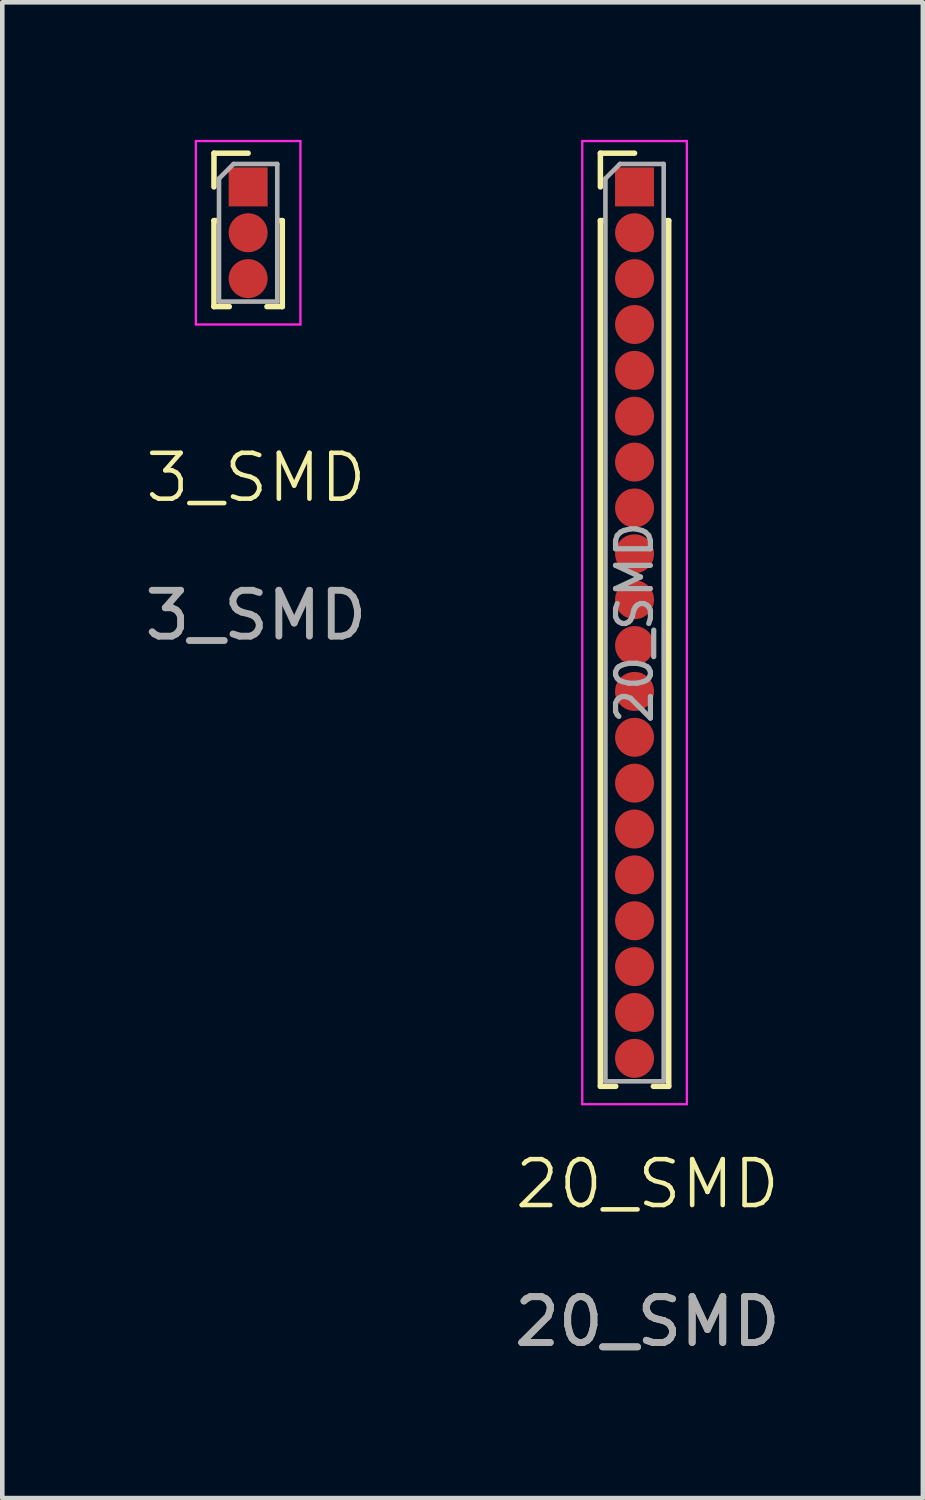
<source format=kicad_pcb>
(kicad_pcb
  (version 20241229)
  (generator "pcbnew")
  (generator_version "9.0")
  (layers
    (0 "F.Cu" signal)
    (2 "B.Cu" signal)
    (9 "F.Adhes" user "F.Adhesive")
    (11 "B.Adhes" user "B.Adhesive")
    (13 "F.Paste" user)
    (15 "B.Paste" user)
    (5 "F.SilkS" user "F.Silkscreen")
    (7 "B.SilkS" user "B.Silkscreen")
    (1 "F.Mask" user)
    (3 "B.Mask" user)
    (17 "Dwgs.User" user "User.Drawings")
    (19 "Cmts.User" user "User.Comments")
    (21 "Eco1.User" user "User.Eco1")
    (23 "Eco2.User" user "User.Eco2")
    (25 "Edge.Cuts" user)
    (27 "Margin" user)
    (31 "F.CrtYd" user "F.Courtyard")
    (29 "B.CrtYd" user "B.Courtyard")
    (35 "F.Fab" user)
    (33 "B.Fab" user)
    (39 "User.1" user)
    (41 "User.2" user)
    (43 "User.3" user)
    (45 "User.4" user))
  (footprint "3_SMD"
    (layer "F.Cu")
    (at 2.53 7.865)
    (property "Reference" "3_SMD" (at 0 -0.5 0) (unlocked yes) (layer "F.SilkS") (effects (font (size 1 1) (thickness 0.1))))
    (attr smd)
    (fp_line (start -0.915 -7.575) (end -0.17 -7.575) (stroke (width 0.12) (type solid)) (layer "F.SilkS"))
    (fp_line (start -0.915 -6.84) (end -0.915 -7.575) (stroke (width 0.12) (type solid)) (layer "F.SilkS"))
    (fp_line (start -0.915 -6.105) (end -0.915 -4.23) (stroke (width 0.12) (type solid)) (layer "F.SilkS"))
    (fp_line (start -0.915 -6.105) (end -0.856 -6.105) (stroke (width 0.12) (type solid)) (layer "F.SilkS"))
    (fp_line (start -0.915 -4.23) (end -0.58 -4.23) (stroke (width 0.12) (type solid)) (layer "F.SilkS"))
    (fp_line (start 0.24 -4.23) (end 0.575 -4.23) (stroke (width 0.12) (type solid)) (layer "F.SilkS"))
    (fp_line (start 0.516 -6.105) (end 0.575 -6.105) (stroke (width 0.12) (type solid)) (layer "F.SilkS"))
    (fp_line (start 0.575 -6.105) (end 0.575 -4.23) (stroke (width 0.12) (type solid)) (layer "F.SilkS"))
    (fp_line (start -1.31 -7.84) (end -1.31 -3.84) (stroke (width 0.05) (type solid)) (layer "F.CrtYd"))
    (fp_line (start -1.31 -3.84) (end 0.97 -3.84) (stroke (width 0.05) (type solid)) (layer "F.CrtYd"))
    (fp_line (start 0.97 -7.84) (end -1.31 -7.84) (stroke (width 0.05) (type solid)) (layer "F.CrtYd"))
    (fp_line (start 0.97 -3.84) (end 0.97 -7.84) (stroke (width 0.05) (type solid)) (layer "F.CrtYd"))
    (fp_line (start -0.805 -7.022) (end -0.487 -7.34) (stroke (width 0.1) (type solid)) (layer "F.Fab"))
    (fp_line (start -0.805 -4.34) (end -0.805 -7.022) (stroke (width 0.1) (type solid)) (layer "F.Fab"))
    (fp_line (start -0.487 -7.34) (end 0.465 -7.34) (stroke (width 0.1) (type solid)) (layer "F.Fab"))
    (fp_line (start 0.465 -7.34) (end 0.465 -4.34) (stroke (width 0.1) (type solid)) (layer "F.Fab"))
    (fp_line (start 0.465 -4.34) (end -0.805 -4.34) (stroke (width 0.1) (type solid)) (layer "F.Fab"))
    (fp_text user "${REFERENCE}" (at 0 2.5 0) (unlocked yes) (layer "F.Fab") (effects (font (size 1 1) (thickness 0.15))))
    (pad "1" smd rect (at -0.17 -6.84) (size 0.85 0.85) (layers "F.Cu" "F.Mask" "F.Paste"))
    (pad "2" smd circle (at -0.17 -5.84) (size 0.85 0.85) (layers "F.Cu" "F.Mask" "F.Paste"))
    (pad "3" smd circle (at -0.17 -4.84) (size 0.85 0.85) (layers "F.Cu" "F.Mask" "F.Paste")))
  (footprint "20_SMD"
    (layer "F.Cu")
    (at 11.065 23.265)
    (property "Reference" "20_SMD" (at 0 -0.5 0) (unlocked yes) (layer "F.SilkS") (effects (font (size 1 1) (thickness 0.1))))
    (attr smd)
    (fp_line (start -1.025 -22.975) (end -0.28 -22.975) (stroke (width 0.12) (type solid)) (layer "F.SilkS"))
    (fp_line (start -1.025 -22.24) (end -1.025 -22.975) (stroke (width 0.12) (type solid)) (layer "F.SilkS"))
    (fp_line (start -1.025 -21.505) (end -1.025 -2.63) (stroke (width 0.12) (type solid)) (layer "F.SilkS"))
    (fp_line (start -1.025 -21.505) (end -0.966 -21.505) (stroke (width 0.12) (type solid)) (layer "F.SilkS"))
    (fp_line (start -1.025 -2.63) (end -0.69 -2.63) (stroke (width 0.12) (type solid)) (layer "F.SilkS"))
    (fp_line (start 0.13 -2.63) (end 0.465 -2.63) (stroke (width 0.12) (type solid)) (layer "F.SilkS"))
    (fp_line (start 0.406 -21.505) (end 0.465 -21.505) (stroke (width 0.12) (type solid)) (layer "F.SilkS"))
    (fp_line (start 0.465 -21.505) (end 0.465 -2.63) (stroke (width 0.12) (type solid)) (layer "F.SilkS"))
    (fp_line (start -1.42 -23.24) (end -1.42 -2.24) (stroke (width 0.05) (type solid)) (layer "F.CrtYd"))
    (fp_line (start -1.42 -2.24) (end 0.86 -2.24) (stroke (width 0.05) (type solid)) (layer "F.CrtYd"))
    (fp_line (start 0.86 -23.24) (end -1.42 -23.24) (stroke (width 0.05) (type solid)) (layer "F.CrtYd"))
    (fp_line (start 0.86 -2.24) (end 0.86 -23.24) (stroke (width 0.05) (type solid)) (layer "F.CrtYd"))
    (fp_line (start -0.915 -22.422) (end -0.598 -22.74) (stroke (width 0.1) (type solid)) (layer "F.Fab"))
    (fp_line (start -0.915 -2.74) (end -0.915 -22.422) (stroke (width 0.1) (type solid)) (layer "F.Fab"))
    (fp_line (start -0.598 -22.74) (end 0.355 -22.74) (stroke (width 0.1) (type solid)) (layer "F.Fab"))
    (fp_line (start 0.355 -22.74) (end 0.355 -2.74) (stroke (width 0.1) (type solid)) (layer "F.Fab"))
    (fp_line (start 0.355 -2.74) (end -0.915 -2.74) (stroke (width 0.1) (type solid)) (layer "F.Fab"))
    (fp_text user "${REFERENCE}" (at -0.28 -12.74 90) (layer "F.Fab") (effects (font (size 0.76 0.76) (thickness 0.114))))
    (fp_text user "${REFERENCE}" (at 0 2.5 0) (unlocked yes) (layer "F.Fab") (effects (font (size 1 1) (thickness 0.15))))
    (fp_text user "${REFERENCE}" (at 0 2.5 0) (unlocked yes) (layer "F.Fab") (effects (font (size 1 1) (thickness 0.15))))
    (pad "1" smd rect (at -0.28 -22.24) (size 0.85 0.85) (layers "F.Cu" "F.Mask" "F.Paste"))
    (pad "2" smd circle (at -0.28 -21.24) (size 0.85 0.85) (layers "F.Cu" "F.Mask" "F.Paste"))
    (pad "3" smd circle (at -0.28 -20.24) (size 0.85 0.85) (layers "F.Cu" "F.Mask" "F.Paste"))
    (pad "4" smd circle (at -0.28 -19.24) (size 0.85 0.85) (layers "F.Cu" "F.Mask" "F.Paste"))
    (pad "5" smd circle (at -0.28 -18.24) (size 0.85 0.85) (layers "F.Cu" "F.Mask" "F.Paste"))
    (pad "6" smd circle (at -0.28 -17.24) (size 0.85 0.85) (layers "F.Cu" "F.Mask" "F.Paste"))
    (pad "7" smd circle (at -0.28 -16.24) (size 0.85 0.85) (layers "F.Cu" "F.Mask" "F.Paste"))
    (pad "8" smd circle (at -0.28 -15.24) (size 0.85 0.85) (layers "F.Cu" "F.Mask" "F.Paste"))
    (pad "9" smd circle (at -0.28 -14.24) (size 0.85 0.85) (layers "F.Cu" "F.Mask" "F.Paste"))
    (pad "10" smd circle (at -0.28 -13.24) (size 0.85 0.85) (layers "F.Cu" "F.Mask" "F.Paste"))
    (pad "11" smd circle (at -0.28 -12.24) (size 0.85 0.85) (layers "F.Cu" "F.Mask" "F.Paste"))
    (pad "12" smd circle (at -0.28 -11.24) (size 0.85 0.85) (layers "F.Cu" "F.Mask" "F.Paste"))
    (pad "13" smd circle (at -0.28 -10.24) (size 0.85 0.85) (layers "F.Cu" "F.Mask" "F.Paste"))
    (pad "14" smd circle (at -0.28 -9.24) (size 0.85 0.85) (layers "F.Cu" "F.Mask" "F.Paste"))
    (pad "15" smd circle (at -0.28 -8.24) (size 0.85 0.85) (layers "F.Cu" "F.Mask" "F.Paste"))
    (pad "16" smd circle (at -0.28 -7.24) (size 0.85 0.85) (layers "F.Cu" "F.Mask" "F.Paste"))
    (pad "17" smd circle (at -0.28 -6.24) (size 0.85 0.85) (layers "F.Cu" "F.Mask" "F.Paste"))
    (pad "18" smd circle (at -0.28 -5.24) (size 0.85 0.85) (layers "F.Cu" "F.Mask" "F.Paste"))
    (pad "19" smd circle (at -0.28 -4.24) (size 0.85 0.85) (layers "F.Cu" "F.Mask" "F.Paste"))
    (pad "20" smd circle (at -0.28 -3.24) (size 0.85 0.85) (layers "F.Cu" "F.Mask" "F.Paste")))
  (gr_rect
    (start -3 -3)
    (end 17.071 29.613)
    (stroke (width 0.1) (type default))
    (fill no)
    (layer "Edge.Cuts")))
</source>
